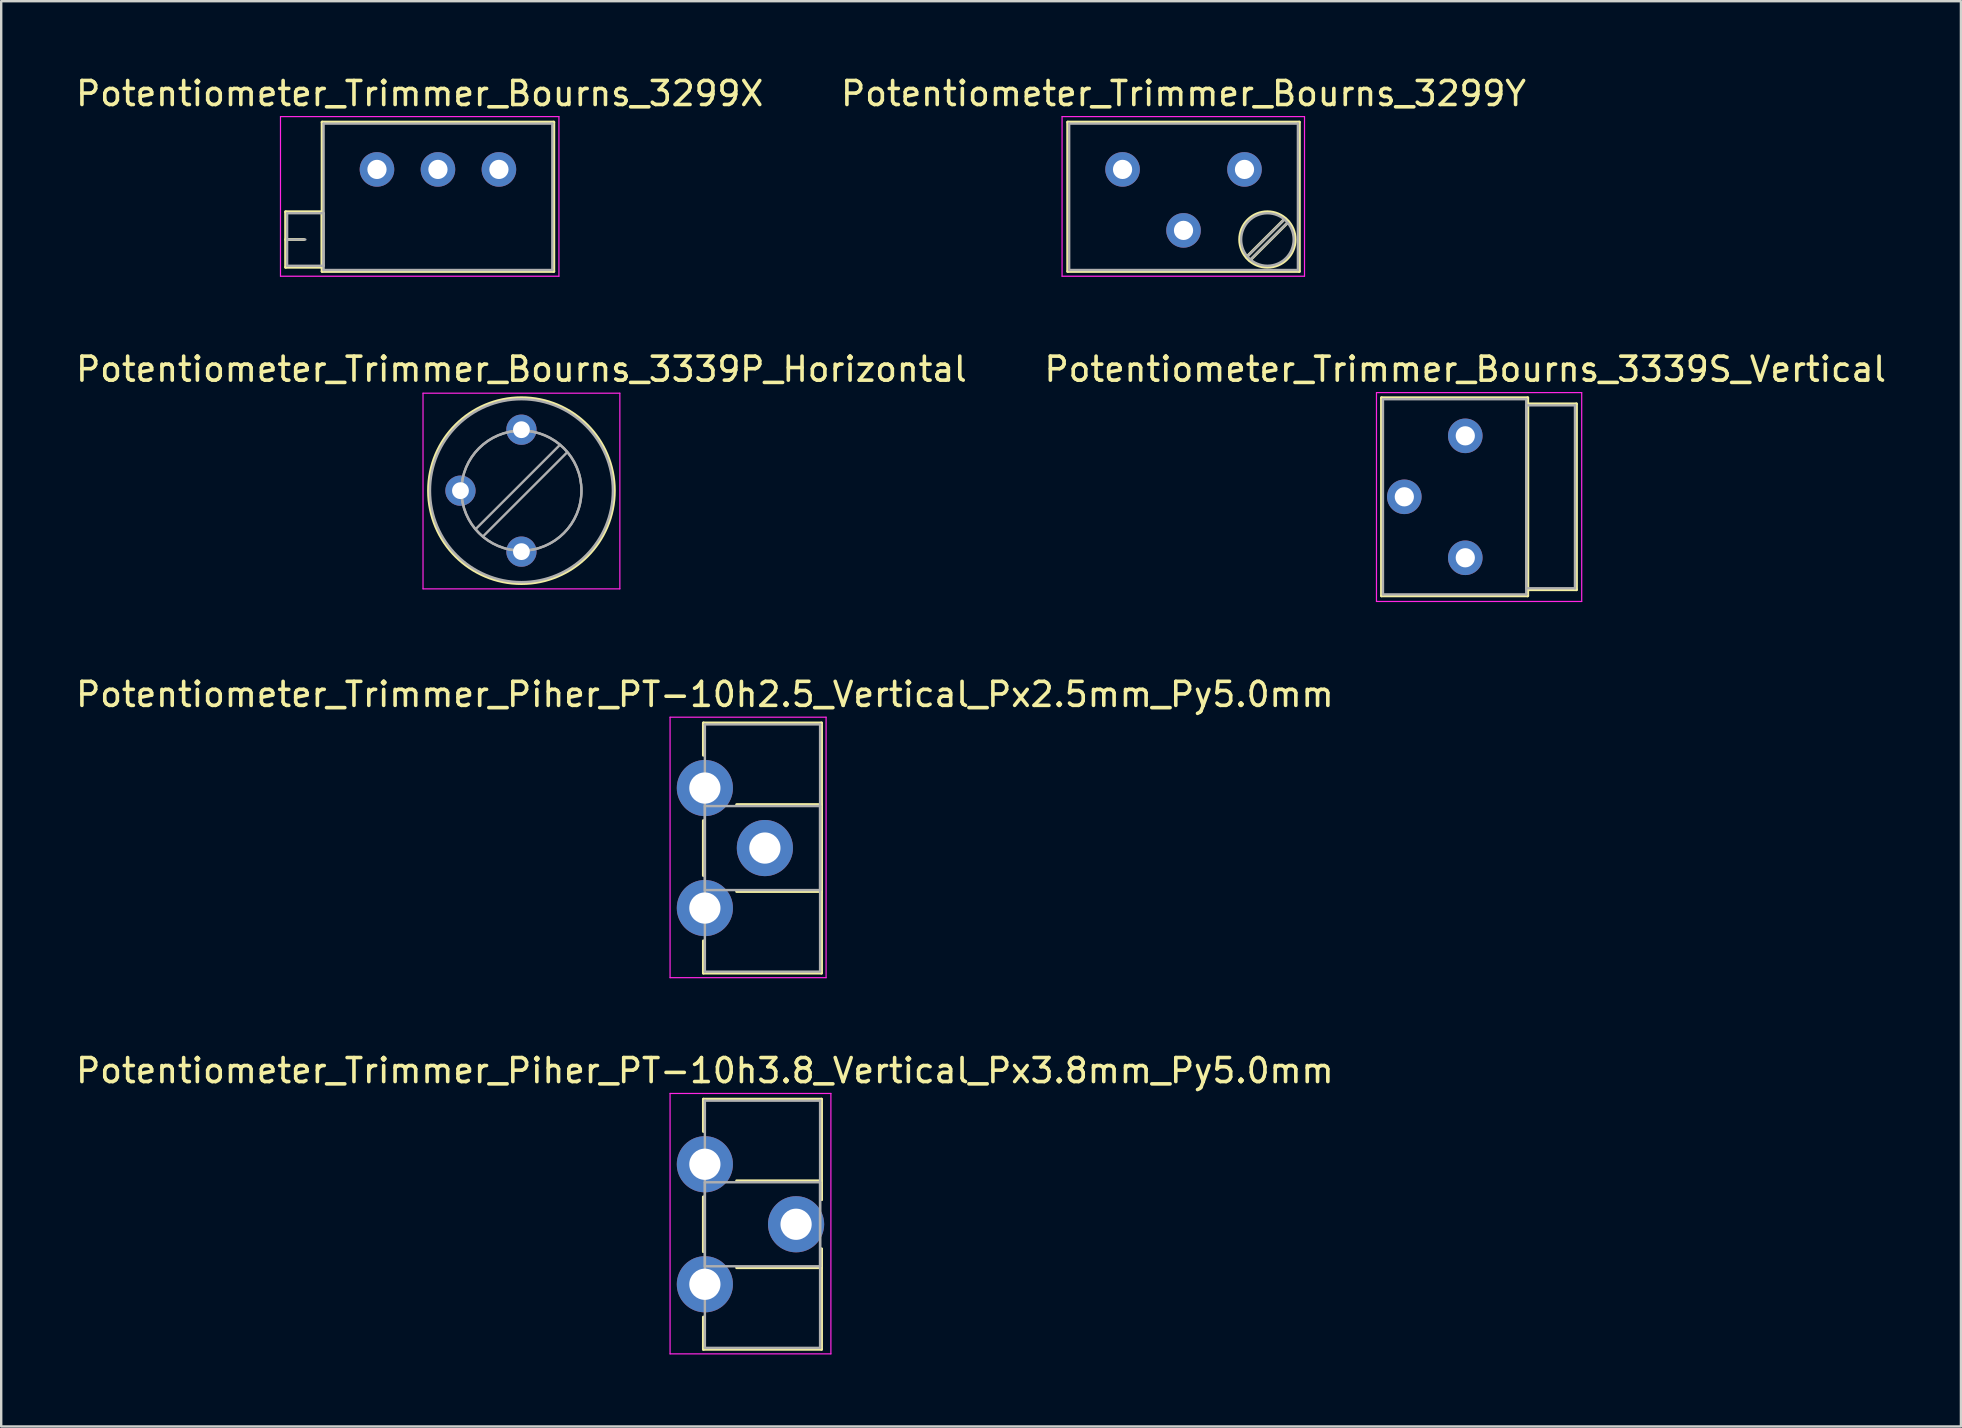
<source format=kicad_pcb>
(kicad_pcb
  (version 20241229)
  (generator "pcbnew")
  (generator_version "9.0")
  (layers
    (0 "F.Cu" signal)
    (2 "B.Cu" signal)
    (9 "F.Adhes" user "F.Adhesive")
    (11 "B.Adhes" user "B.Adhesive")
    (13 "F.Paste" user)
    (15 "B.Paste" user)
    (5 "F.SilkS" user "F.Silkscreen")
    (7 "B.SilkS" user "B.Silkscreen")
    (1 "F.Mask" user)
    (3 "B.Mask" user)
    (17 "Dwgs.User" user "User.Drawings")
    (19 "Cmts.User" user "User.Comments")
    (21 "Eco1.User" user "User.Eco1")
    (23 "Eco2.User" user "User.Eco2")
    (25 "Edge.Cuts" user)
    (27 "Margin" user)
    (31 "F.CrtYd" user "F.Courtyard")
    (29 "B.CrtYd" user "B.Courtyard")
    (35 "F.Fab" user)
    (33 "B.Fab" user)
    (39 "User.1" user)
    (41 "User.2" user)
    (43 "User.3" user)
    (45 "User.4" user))
  (footprint "Potentiometer_Trimmer_Piher_PT-10h3.8_Vertical_Px3.8mm_Py5.0mm"
    (layer "F.Cu")
    (at 26.315 45.453)
    (property "Reference" "Potentiometer_Trimmer_Piher_PT-10h3.8_Vertical_Px3.8mm_Py5.0mm" (at 0 -3.9 0) (layer "F.SilkS") (effects (font (size 1 1) (thickness 0.15))))
    (attr through_hole)
    (fp_line (start -0.061 -2.711) (end -0.061 -1.365) (stroke (width 0.12) (type solid)) (layer "F.SilkS"))
    (fp_line (start -0.061 -2.711) (end 4.86 -2.711) (stroke (width 0.12) (type solid)) (layer "F.SilkS"))
    (fp_line (start -0.061 1.365) (end -0.061 3.635) (stroke (width 0.12) (type solid)) (layer "F.SilkS"))
    (fp_line (start -0.061 1.365) (end -0.061 3.635) (stroke (width 0.12) (type solid)) (layer "F.SilkS"))
    (fp_line (start -0.061 6.365) (end -0.061 7.71) (stroke (width 0.12) (type solid)) (layer "F.SilkS"))
    (fp_line (start -0.061 7.71) (end 4.86 7.71) (stroke (width 0.12) (type solid)) (layer "F.SilkS"))
    (fp_line (start 1.323 0.69) (end 4.86 0.69) (stroke (width 0.12) (type solid)) (layer "F.SilkS"))
    (fp_line (start 1.323 4.31) (end 4.86 4.31) (stroke (width 0.12) (type solid)) (layer "F.SilkS"))
    (fp_line (start 4.86 -2.711) (end 4.86 1.473) (stroke (width 0.12) (type solid)) (layer "F.SilkS"))
    (fp_line (start 4.86 0.69) (end 4.86 1.473) (stroke (width 0.12) (type solid)) (layer "F.SilkS"))
    (fp_line (start 4.86 3.528) (end 4.86 4.31) (stroke (width 0.12) (type solid)) (layer "F.SilkS"))
    (fp_line (start 4.86 3.528) (end 4.86 7.71) (stroke (width 0.12) (type solid)) (layer "F.SilkS"))
    (fp_line (start -1.45 -2.95) (end -1.45 7.9) (stroke (width 0.05) (type solid)) (layer "F.CrtYd"))
    (fp_line (start -1.45 7.9) (end 5.25 7.9) (stroke (width 0.05) (type solid)) (layer "F.CrtYd"))
    (fp_line (start 5.25 -2.95) (end -1.45 -2.95) (stroke (width 0.05) (type solid)) (layer "F.CrtYd"))
    (fp_line (start 5.25 7.9) (end 5.25 -2.95) (stroke (width 0.05) (type solid)) (layer "F.CrtYd"))
    (fp_line (start 0 -2.65) (end 4.8 -2.65) (stroke (width 0.1) (type solid)) (layer "F.Fab"))
    (fp_line (start 0 0.75) (end 0 4.25) (stroke (width 0.1) (type solid)) (layer "F.Fab"))
    (fp_line (start 0 4.25) (end 4.8 4.25) (stroke (width 0.1) (type solid)) (layer "F.Fab"))
    (fp_line (start 0 7.65) (end 0 -2.65) (stroke (width 0.1) (type solid)) (layer "F.Fab"))
    (fp_line (start 4.8 -2.65) (end 4.8 7.65) (stroke (width 0.1) (type solid)) (layer "F.Fab"))
    (fp_line (start 4.8 0.75) (end 0 0.75) (stroke (width 0.1) (type solid)) (layer "F.Fab"))
    (fp_line (start 4.8 4.25) (end 4.8 0.75) (stroke (width 0.1) (type solid)) (layer "F.Fab"))
    (fp_line (start 4.8 7.65) (end 0 7.65) (stroke (width 0.1) (type solid)) (layer "F.Fab"))
    (pad "1" thru_hole circle (at 0 0) (size 2.34 2.34) (drill 1.3) (layers "*.Cu" "*.Mask"))
    (pad "2" thru_hole circle (at 3.8 2.5) (size 2.34 2.34) (drill 1.3) (layers "*.Cu" "*.Mask"))
    (pad "3" thru_hole circle (at 0 5) (size 2.34 2.34) (drill 1.3) (layers "*.Cu" "*.Mask")))
  (footprint "Potentiometer_Trimmer_Bourns_3299Y"
    (layer "F.Cu")
    (at 48.796 4.008)
    (property "Reference" "Potentiometer_Trimmer_Bourns_3299Y" (at -2.54 -3.16 0) (layer "F.SilkS") (effects (font (size 1 1) (thickness 0.15))))
    (attr through_hole)
    (fp_line (start -7.365 -1.97) (end -7.365 4.25) (stroke (width 0.12) (type solid)) (layer "F.SilkS"))
    (fp_line (start -7.365 -1.97) (end 2.285 -1.97) (stroke (width 0.12) (type solid)) (layer "F.SilkS"))
    (fp_line (start -7.365 4.25) (end 2.285 4.25) (stroke (width 0.12) (type solid)) (layer "F.SilkS"))
    (fp_line (start 1.691 2.045) (end 0.079 3.655) (stroke (width 0.12) (type solid)) (layer "F.SilkS"))
    (fp_line (start 1.831 2.186) (end 0.22 3.796) (stroke (width 0.12) (type solid)) (layer "F.SilkS"))
    (fp_line (start 2.285 -1.97) (end 2.285 4.25) (stroke (width 0.12) (type solid)) (layer "F.SilkS"))
    (fp_circle (center 0.955 2.92) (end 2.11 2.92) (stroke (width 0.12) (type solid)) (fill no) (layer "F.SilkS"))
    (fp_line (start -7.6 -2.2) (end -7.6 4.45) (stroke (width 0.05) (type solid)) (layer "F.CrtYd"))
    (fp_line (start -7.6 4.45) (end 2.5 4.45) (stroke (width 0.05) (type solid)) (layer "F.CrtYd"))
    (fp_line (start 2.5 -2.2) (end -7.6 -2.2) (stroke (width 0.05) (type solid)) (layer "F.CrtYd"))
    (fp_line (start 2.5 4.45) (end 2.5 -2.2) (stroke (width 0.05) (type solid)) (layer "F.CrtYd"))
    (fp_line (start -7.305 -1.91) (end -7.305 4.19) (stroke (width 0.1) (type solid)) (layer "F.Fab"))
    (fp_line (start -7.305 4.19) (end 2.225 4.19) (stroke (width 0.1) (type solid)) (layer "F.Fab"))
    (fp_line (start 1.652 2.09) (end 0.125 3.617) (stroke (width 0.1) (type solid)) (layer "F.Fab"))
    (fp_line (start 1.786 2.224) (end 0.259 3.751) (stroke (width 0.1) (type solid)) (layer "F.Fab"))
    (fp_line (start 2.225 -1.91) (end -7.305 -1.91) (stroke (width 0.1) (type solid)) (layer "F.Fab"))
    (fp_line (start 2.225 4.19) (end 2.225 -1.91) (stroke (width 0.1) (type solid)) (layer "F.Fab"))
    (fp_circle (center 0.955 2.92) (end 2.05 2.92) (stroke (width 0.1) (type solid)) (fill no) (layer "F.Fab"))
    (pad "1" thru_hole circle (at 0 0) (size 1.44 1.44) (drill 0.8) (layers "*.Cu" "*.Mask"))
    (pad "2" thru_hole circle (at -2.54 2.54) (size 1.44 1.44) (drill 0.8) (layers "*.Cu" "*.Mask"))
    (pad "3" thru_hole circle (at -5.08 0) (size 1.44 1.44) (drill 0.8) (layers "*.Cu" "*.Mask")))
  (footprint "Potentiometer_Trimmer_Piher_PT-10h2.5_Vertical_Px2.5mm_Py5.0mm"
    (layer "F.Cu")
    (at 26.315 29.78)
    (property "Reference" "Potentiometer_Trimmer_Piher_PT-10h2.5_Vertical_Px2.5mm_Py5.0mm" (at 0 -3.9 0) (layer "F.SilkS") (effects (font (size 1 1) (thickness 0.15))))
    (attr through_hole)
    (fp_line (start -0.061 -2.711) (end -0.061 -1.365) (stroke (width 0.12) (type solid)) (layer "F.SilkS"))
    (fp_line (start -0.061 -2.711) (end 4.86 -2.711) (stroke (width 0.12) (type solid)) (layer "F.SilkS"))
    (fp_line (start -0.061 1.365) (end -0.061 3.635) (stroke (width 0.12) (type solid)) (layer "F.SilkS"))
    (fp_line (start -0.061 1.365) (end -0.061 3.635) (stroke (width 0.12) (type solid)) (layer "F.SilkS"))
    (fp_line (start -0.061 6.365) (end -0.061 7.71) (stroke (width 0.12) (type solid)) (layer "F.SilkS"))
    (fp_line (start -0.061 7.71) (end 4.86 7.71) (stroke (width 0.12) (type solid)) (layer "F.SilkS"))
    (fp_line (start 1.323 0.69) (end 4.86 0.69) (stroke (width 0.12) (type solid)) (layer "F.SilkS"))
    (fp_line (start 1.323 4.31) (end 4.86 4.31) (stroke (width 0.12) (type solid)) (layer "F.SilkS"))
    (fp_line (start 4.86 -2.711) (end 4.86 7.71) (stroke (width 0.12) (type solid)) (layer "F.SilkS"))
    (fp_line (start 4.86 0.69) (end 4.86 4.31) (stroke (width 0.12) (type solid)) (layer "F.SilkS"))
    (fp_line (start -1.45 -2.95) (end -1.45 7.9) (stroke (width 0.05) (type solid)) (layer "F.CrtYd"))
    (fp_line (start -1.45 7.9) (end 5.05 7.9) (stroke (width 0.05) (type solid)) (layer "F.CrtYd"))
    (fp_line (start 5.05 -2.95) (end -1.45 -2.95) (stroke (width 0.05) (type solid)) (layer "F.CrtYd"))
    (fp_line (start 5.05 7.9) (end 5.05 -2.95) (stroke (width 0.05) (type solid)) (layer "F.CrtYd"))
    (fp_line (start 0 -2.65) (end 4.8 -2.65) (stroke (width 0.1) (type solid)) (layer "F.Fab"))
    (fp_line (start 0 0.75) (end 0 4.25) (stroke (width 0.1) (type solid)) (layer "F.Fab"))
    (fp_line (start 0 4.25) (end 4.8 4.25) (stroke (width 0.1) (type solid)) (layer "F.Fab"))
    (fp_line (start 0 7.65) (end 0 -2.65) (stroke (width 0.1) (type solid)) (layer "F.Fab"))
    (fp_line (start 4.8 -2.65) (end 4.8 7.65) (stroke (width 0.1) (type solid)) (layer "F.Fab"))
    (fp_line (start 4.8 0.75) (end 0 0.75) (stroke (width 0.1) (type solid)) (layer "F.Fab"))
    (fp_line (start 4.8 4.25) (end 4.8 0.75) (stroke (width 0.1) (type solid)) (layer "F.Fab"))
    (fp_line (start 4.8 7.65) (end 0 7.65) (stroke (width 0.1) (type solid)) (layer "F.Fab"))
    (pad "1" thru_hole circle (at 0 0) (size 2.34 2.34) (drill 1.3) (layers "*.Cu" "*.Mask"))
    (pad "2" thru_hole circle (at 2.5 2.5) (size 2.34 2.34) (drill 1.3) (layers "*.Cu" "*.Mask"))
    (pad "3" thru_hole circle (at 0 5) (size 2.34 2.34) (drill 1.3) (layers "*.Cu" "*.Mask")))
  (footprint "Potentiometer_Trimmer_Bourns_3339P_Horizontal"
    (layer "F.Cu")
    (at 18.673 19.931)
    (property "Reference" "Potentiometer_Trimmer_Bourns_3339P_Horizontal" (at 0 -7.6 0) (layer "F.SilkS") (effects (font (size 1 1) (thickness 0.15))))
    (attr through_hole)
    (fp_circle (center 0 -2.54) (end 3.87 -2.54) (stroke (width 0.12) (type solid)) (fill no) (layer "F.SilkS"))
    (fp_line (start -4.1 -6.6) (end -4.1 1.55) (stroke (width 0.05) (type solid)) (layer "F.CrtYd"))
    (fp_line (start -4.1 1.55) (end 4.1 1.55) (stroke (width 0.05) (type solid)) (layer "F.CrtYd"))
    (fp_line (start 4.1 -6.6) (end -4.1 -6.6) (stroke (width 0.05) (type solid)) (layer "F.CrtYd"))
    (fp_line (start 4.1 1.55) (end 4.1 -6.6) (stroke (width 0.05) (type solid)) (layer "F.CrtYd"))
    (fp_line (start 1.592 -4.435) (end -1.897 -0.949) (stroke (width 0.1) (type solid)) (layer "F.Fab"))
    (fp_line (start 1.897 -4.13) (end -1.592 -0.644) (stroke (width 0.1) (type solid)) (layer "F.Fab"))
    (fp_circle (center 0 -2.54) (end 2.5 -2.54) (stroke (width 0.1) (type solid)) (fill no) (layer "F.Fab"))
    (fp_circle (center 0 -2.54) (end 2.5 -2.54) (stroke (width 0.1) (type solid)) (fill no) (layer "F.Fab"))
    (fp_circle (center 0 -2.54) (end 3.81 -2.54) (stroke (width 0.1) (type solid)) (fill no) (layer "F.Fab"))
    (pad "1" thru_hole circle (at 0 0) (size 1.26 1.26) (drill 0.7) (layers "*.Cu" "*.Mask"))
    (pad "2" thru_hole circle (at -2.54 -2.54) (size 1.26 1.26) (drill 0.7) (layers "*.Cu" "*.Mask"))
    (pad "3" thru_hole circle (at 0 -5.08) (size 1.26 1.26) (drill 0.7) (layers "*.Cu" "*.Mask")))
  (footprint "Potentiometer_Trimmer_Bourns_3339S_Vertical"
    (layer "F.Cu")
    (at 57.994 15.107)
    (property "Reference" "Potentiometer_Trimmer_Bourns_3339S_Vertical" (at 0 -2.775 0) (layer "F.SilkS") (effects (font (size 1 1) (thickness 0.15))))
    (attr through_hole)
    (fp_line (start -3.49 -1.586) (end -3.49 6.665) (stroke (width 0.12) (type solid)) (layer "F.SilkS"))
    (fp_line (start -3.49 -1.586) (end 2.6 -1.586) (stroke (width 0.12) (type solid)) (layer "F.SilkS"))
    (fp_line (start -3.49 6.665) (end 2.6 6.665) (stroke (width 0.12) (type solid)) (layer "F.SilkS"))
    (fp_line (start 2.6 -1.586) (end 2.6 6.665) (stroke (width 0.12) (type solid)) (layer "F.SilkS"))
    (fp_line (start 2.6 -1.33) (end 2.6 6.41) (stroke (width 0.12) (type solid)) (layer "F.SilkS"))
    (fp_line (start 2.6 -1.33) (end 4.631 -1.33) (stroke (width 0.12) (type solid)) (layer "F.SilkS"))
    (fp_line (start 2.6 6.41) (end 4.631 6.41) (stroke (width 0.12) (type solid)) (layer "F.SilkS"))
    (fp_line (start 4.631 -1.33) (end 4.631 6.41) (stroke (width 0.12) (type solid)) (layer "F.SilkS"))
    (fp_line (start -3.7 -1.8) (end -3.7 6.9) (stroke (width 0.05) (type solid)) (layer "F.CrtYd"))
    (fp_line (start -3.7 6.9) (end 4.85 6.9) (stroke (width 0.05) (type solid)) (layer "F.CrtYd"))
    (fp_line (start 4.85 -1.8) (end -3.7 -1.8) (stroke (width 0.05) (type solid)) (layer "F.CrtYd"))
    (fp_line (start 4.85 6.9) (end 4.85 -1.8) (stroke (width 0.05) (type solid)) (layer "F.CrtYd"))
    (fp_line (start -3.43 -1.525) (end -3.43 6.605) (stroke (width 0.1) (type solid)) (layer "F.Fab"))
    (fp_line (start -3.43 6.605) (end 2.54 6.605) (stroke (width 0.1) (type solid)) (layer "F.Fab"))
    (fp_line (start 2.54 -1.525) (end -3.43 -1.525) (stroke (width 0.1) (type solid)) (layer "F.Fab"))
    (fp_line (start 2.54 -1.27) (end 2.54 6.35) (stroke (width 0.1) (type solid)) (layer "F.Fab"))
    (fp_line (start 2.54 6.35) (end 4.57 6.35) (stroke (width 0.1) (type solid)) (layer "F.Fab"))
    (fp_line (start 2.54 6.605) (end 2.54 -1.525) (stroke (width 0.1) (type solid)) (layer "F.Fab"))
    (fp_line (start 4.57 -1.27) (end 2.54 -1.27) (stroke (width 0.1) (type solid)) (layer "F.Fab"))
    (fp_line (start 4.57 6.35) (end 4.57 -1.27) (stroke (width 0.1) (type solid)) (layer "F.Fab"))
    (pad "1" thru_hole circle (at 0 0) (size 1.44 1.44) (drill 0.8) (layers "*.Cu" "*.Mask"))
    (pad "2" thru_hole circle (at -2.54 2.54) (size 1.44 1.44) (drill 0.8) (layers "*.Cu" "*.Mask"))
    (pad "3" thru_hole circle (at 0 5.08) (size 1.44 1.44) (drill 0.8) (layers "*.Cu" "*.Mask")))
  (footprint "Potentiometer_Trimmer_Bourns_3299X"
    (layer "F.Cu")
    (at 17.735 4.008)
    (property "Reference" "Potentiometer_Trimmer_Bourns_3299X" (at -3.3 -3.16 0) (layer "F.SilkS") (effects (font (size 1 1) (thickness 0.15))))
    (attr through_hole)
    (fp_line (start -8.885 1.765) (end -8.885 4.075) (stroke (width 0.12) (type solid)) (layer "F.SilkS"))
    (fp_line (start -8.885 1.765) (end -7.366 1.765) (stroke (width 0.12) (type solid)) (layer "F.SilkS"))
    (fp_line (start -8.885 2.92) (end -8.125 2.92) (stroke (width 0.12) (type solid)) (layer "F.SilkS"))
    (fp_line (start -8.885 4.075) (end -7.366 4.075) (stroke (width 0.12) (type solid)) (layer "F.SilkS"))
    (fp_line (start -7.366 1.765) (end -7.366 4.075) (stroke (width 0.12) (type solid)) (layer "F.SilkS"))
    (fp_line (start -7.365 -1.97) (end -7.365 4.25) (stroke (width 0.12) (type solid)) (layer "F.SilkS"))
    (fp_line (start -7.365 -1.97) (end 2.285 -1.97) (stroke (width 0.12) (type solid)) (layer "F.SilkS"))
    (fp_line (start -7.365 4.25) (end 2.285 4.25) (stroke (width 0.12) (type solid)) (layer "F.SilkS"))
    (fp_line (start 2.285 -1.97) (end 2.285 4.25) (stroke (width 0.12) (type solid)) (layer "F.SilkS"))
    (fp_line (start -9.1 -2.2) (end -9.1 4.45) (stroke (width 0.05) (type solid)) (layer "F.CrtYd"))
    (fp_line (start -9.1 4.45) (end 2.5 4.45) (stroke (width 0.05) (type solid)) (layer "F.CrtYd"))
    (fp_line (start 2.5 -2.2) (end -9.1 -2.2) (stroke (width 0.05) (type solid)) (layer "F.CrtYd"))
    (fp_line (start 2.5 4.45) (end 2.5 -2.2) (stroke (width 0.05) (type solid)) (layer "F.CrtYd"))
    (fp_line (start -8.825 1.825) (end -8.825 4.015) (stroke (width 0.1) (type solid)) (layer "F.Fab"))
    (fp_line (start -8.825 2.92) (end -8.065 2.92) (stroke (width 0.1) (type solid)) (layer "F.Fab"))
    (fp_line (start -8.825 4.015) (end -7.305 4.015) (stroke (width 0.1) (type solid)) (layer "F.Fab"))
    (fp_line (start -7.305 -1.91) (end -7.305 4.19) (stroke (width 0.1) (type solid)) (layer "F.Fab"))
    (fp_line (start -7.305 1.825) (end -8.825 1.825) (stroke (width 0.1) (type solid)) (layer "F.Fab"))
    (fp_line (start -7.305 4.015) (end -7.305 1.825) (stroke (width 0.1) (type solid)) (layer "F.Fab"))
    (fp_line (start -7.305 4.19) (end 2.225 4.19) (stroke (width 0.1) (type solid)) (layer "F.Fab"))
    (fp_line (start 2.225 -1.91) (end -7.305 -1.91) (stroke (width 0.1) (type solid)) (layer "F.Fab"))
    (fp_line (start 2.225 4.19) (end 2.225 -1.91) (stroke (width 0.1) (type solid)) (layer "F.Fab"))
    (pad "1" thru_hole circle (at 0 0) (size 1.44 1.44) (drill 0.8) (layers "*.Cu" "*.Mask"))
    (pad "2" thru_hole circle (at -2.54 0) (size 1.44 1.44) (drill 0.8) (layers "*.Cu" "*.Mask"))
    (pad "3" thru_hole circle (at -5.08 0) (size 1.44 1.44) (drill 0.8) (layers "*.Cu" "*.Mask")))
  (gr_rect
    (start -3 -3)
    (end 78.643 56.378)
    (stroke (width 0.1) (type default))
    (fill no)
    (layer "Edge.Cuts")))
</source>
